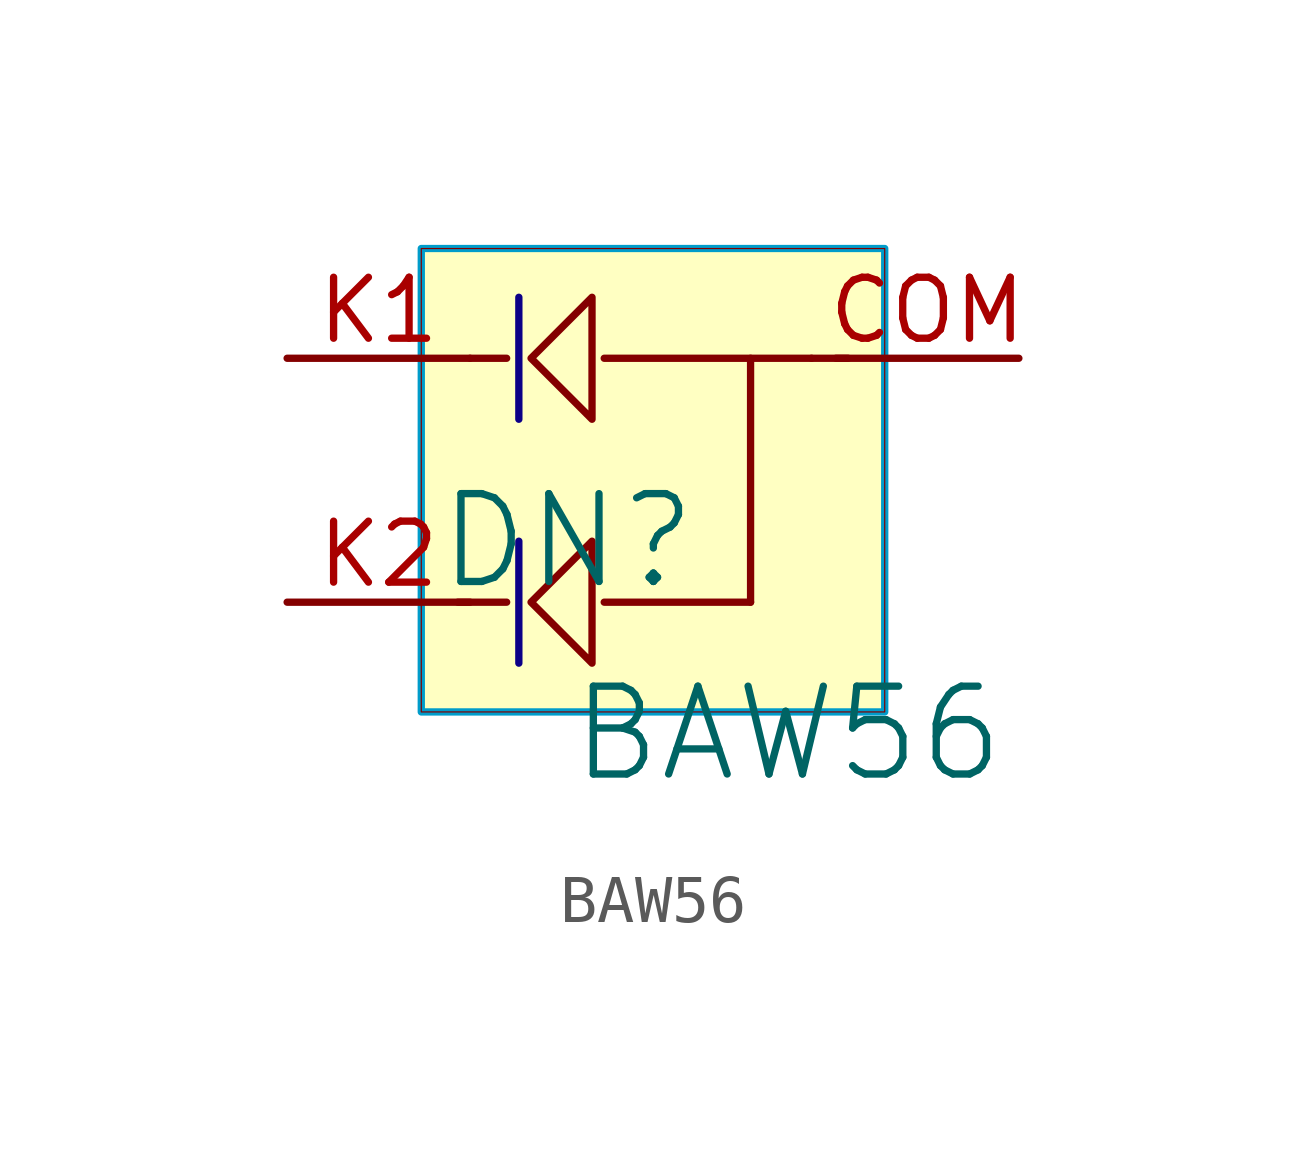
<source format=kicad_sym>
(kicad_symbol_lib
  (version 20241209)
  (generator "kicad_symbol_editor")
  (generator_version "9.0")
  (symbol "BAW56"
    (pin_names
      (hide yes))
    (property "Reference" "DN"
      (at -1.27 1.27 0)
      (effects (font (size 1.829 1.829))))
    (property "Value" "BAW56"
      (at -1.27 -3.81 0)
      (effects (font (size 1.829 1.829)) (justify left bottom)))
    (symbol "BAW56_1_0"
      (polyline (pts (xy -4.318 7.366) (xy -4.318 -2.286) (xy 5.334 -2.286) (xy 5.334 7.366) (xy -4.318 7.366)) (stroke (width 0) (type solid) (color 0 156 202 1)) (fill (type none)))
      (polyline (pts (xy -3.556 0) (xy -2.54 0)) (stroke (width 0) (type solid)) (fill (type none)))
      (polyline (pts (xy -3.302 5.08) (xy -2.54 5.08)) (stroke (width 0) (type solid)) (fill (type none)))
      (polyline (pts (xy -2.286 6.35) (xy -2.286 3.81)) (stroke (width 0) (type solid) (color 12 0 135 1)) (fill (type none)))
      (polyline (pts (xy -2.286 1.27) (xy -2.286 -1.27)) (stroke (width 0) (type solid) (color 12 0 135 1)) (fill (type none)))
      (polyline (pts (xy -0.762 3.81) (xy -2.032 5.08) (xy -0.762 6.35) (xy -0.762 3.81)) (stroke (width 0) (type solid)) (fill (type color) (color 66 28 139 1)))
      (polyline (pts (xy -0.762 -1.27) (xy -2.032 0) (xy -0.762 1.27) (xy -0.762 -1.27)) (stroke (width 0) (type solid)) (fill (type color) (color 66 28 139 1)))
      (polyline (pts (xy 2.54 5.08) (xy 3.81 5.08)) (stroke (width 0) (type solid)) (fill (type none)))
      (polyline (pts (xy 2.54 0) (xy -0.508 0)) (stroke (width 0) (type solid)) (fill (type none)))
      (polyline (pts (xy 2.54 0) (xy 2.54 5.08) (xy -0.508 5.08)) (stroke (width 0) (type solid)) (fill (type none)))
      (polyline (pts (xy 4.572 5.08) (xy 3.81 5.08)) (stroke (width 0) (type solid)) (fill (type none)))
      (rectangle (start 5.334 7.366) (end -4.318 -2.286) (stroke (width 0.025) (type solid) (color 128 0 0 1)) (fill (type background)))
      (pin passive line (at -7.112 5.08 0) (length 3.81) (name "K1" (effects (font (size 1.27 1.27)))) (number "K1" (effects (font (size 1.27 1.27)))))
      (pin passive line (at -7.112 0 0) (length 3.81) (name "K2" (effects (font (size 1.27 1.27)))) (number "K2" (effects (font (size 1.27 1.27)))))
      (pin passive line (at 8.128 5.08 180) (length 3.81) (name "COM" (effects (font (size 1.27 1.27)))) (number "COM" (effects (font (size 1.27 1.27))))))))
</source>
